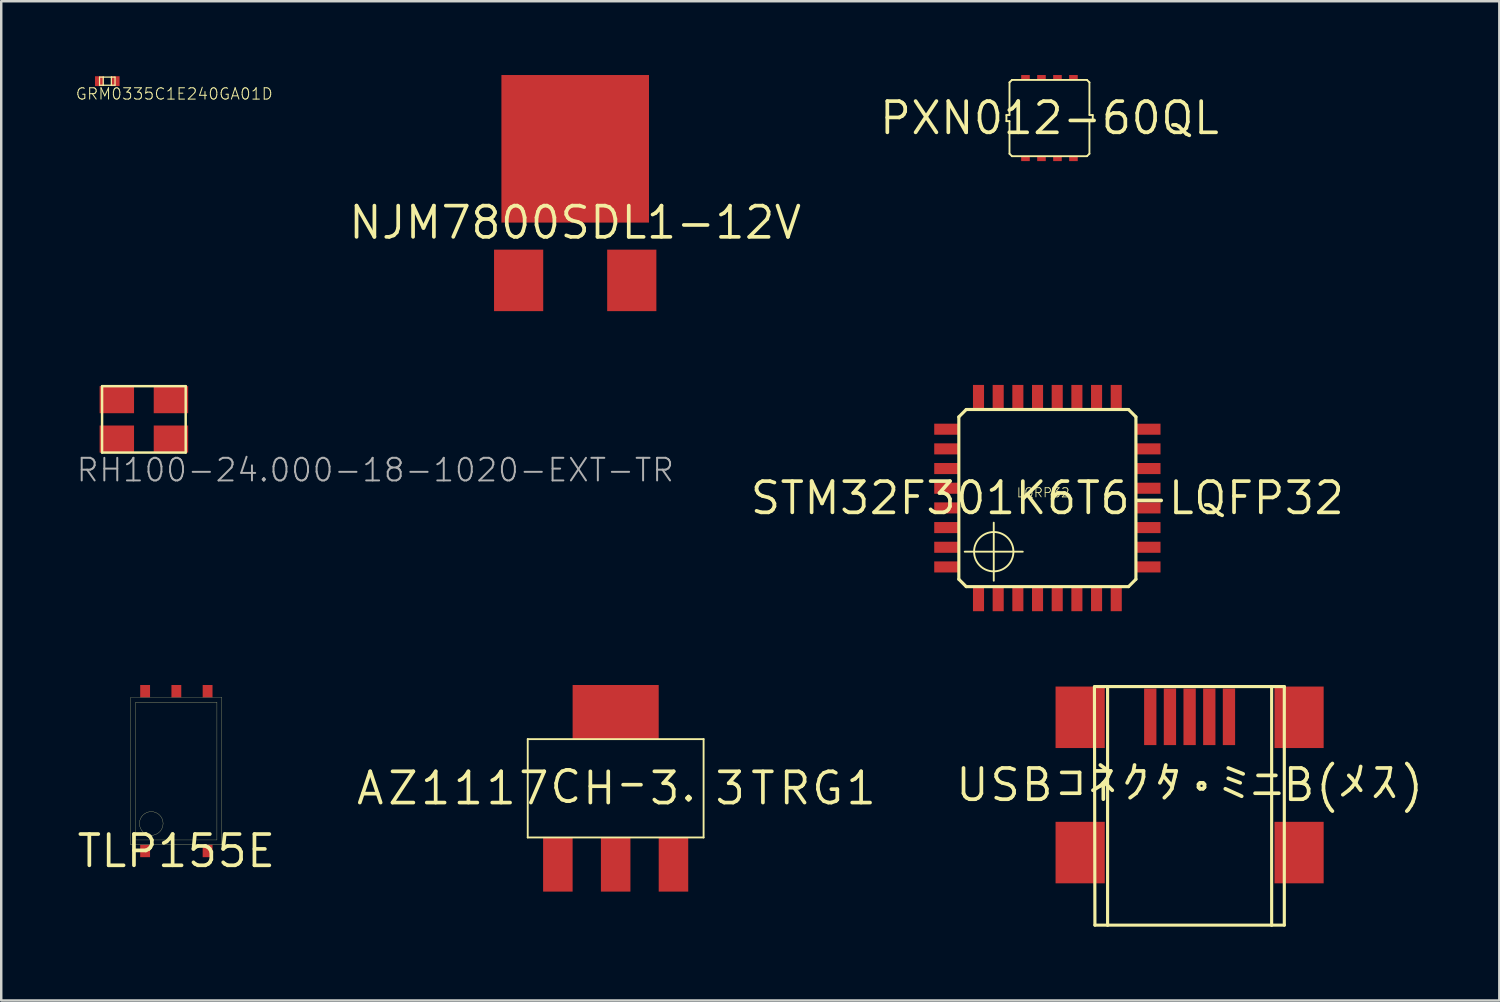
<source format=kicad_pcb>
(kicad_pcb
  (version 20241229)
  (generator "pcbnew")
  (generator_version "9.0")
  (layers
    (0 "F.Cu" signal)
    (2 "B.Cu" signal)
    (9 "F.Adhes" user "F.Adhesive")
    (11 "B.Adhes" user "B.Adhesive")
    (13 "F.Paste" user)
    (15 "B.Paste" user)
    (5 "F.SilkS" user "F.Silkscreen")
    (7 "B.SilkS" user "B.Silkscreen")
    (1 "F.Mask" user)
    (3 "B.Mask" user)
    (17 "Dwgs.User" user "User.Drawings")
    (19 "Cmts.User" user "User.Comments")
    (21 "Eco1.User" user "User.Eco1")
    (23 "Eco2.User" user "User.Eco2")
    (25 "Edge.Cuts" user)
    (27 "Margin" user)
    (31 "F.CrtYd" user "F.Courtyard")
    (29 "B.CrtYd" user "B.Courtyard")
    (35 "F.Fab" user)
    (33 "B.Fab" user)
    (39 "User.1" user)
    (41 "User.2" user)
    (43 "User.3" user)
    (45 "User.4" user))
  (footprint "GRM0335C1E240GA01D"
    (layer "F.Cu")
    (at 1.312 0.25)
    (property "Reference" "GRM0335C1E240GA01D" (at -1.312 0.787 0) (layer "F.SilkS") (effects (font (size 0.46 0.46) (thickness 0.04)) (justify left bottom)))
    (fp_line (start -0.315 -0.165) (end -0.315 0.165) (stroke (width 0.05) (type solid)) (layer "F.SilkS"))
    (fp_line (start -0.315 0.165) (end -0.165 0.165) (stroke (width 0.05) (type solid)) (layer "F.SilkS"))
    (fp_line (start -0.165 -0.165) (end -0.315 -0.165) (stroke (width 0.05) (type solid)) (layer "F.SilkS"))
    (fp_line (start -0.165 -0.165) (end -0.165 0.165) (stroke (width 0.05) (type solid)) (layer "F.SilkS"))
    (fp_line (start -0.165 0.165) (end 0.165 0.165) (stroke (width 0.05) (type solid)) (layer "F.SilkS"))
    (fp_line (start 0.165 -0.165) (end -0.165 -0.165) (stroke (width 0.05) (type solid)) (layer "F.SilkS"))
    (fp_line (start 0.165 0.165) (end 0.165 -0.165) (stroke (width 0.05) (type solid)) (layer "F.SilkS"))
    (fp_line (start 0.165 0.165) (end 0.315 0.165) (stroke (width 0.05) (type solid)) (layer "F.SilkS"))
    (fp_line (start 0.315 -0.165) (end 0.165 -0.165) (stroke (width 0.05) (type solid)) (layer "F.SilkS"))
    (fp_line (start 0.315 0.165) (end 0.315 -0.165) (stroke (width 0.05) (type solid)) (layer "F.SilkS"))
    (pad "1" smd rect (at -0.325 0) (size 0.35 0.4) (layers "F.Cu" "F.Mask" "F.Paste"))
    (pad "2" smd rect (at 0.325 0) (size 0.35 0.4) (layers "F.Cu" "F.Mask" "F.Paste")))
  (footprint "STM32F301K6T6-LQFP32"
    (layer "F.Cu")
    (at 39.533 17.2)
    (property "Reference" "STM32F301K6T6-LQFP32" (at 0 0 0) (layer "F.SilkS") (effects (font (size 1.27 1.27) (thickness 0.15))))
    (fp_line (start -3.6 -3.3) (end -3.3 -3.6) (stroke (width 0.127) (type solid)) (layer "F.SilkS"))
    (fp_line (start -3.6 3.3) (end -3.6 -3.3) (stroke (width 0.127) (type solid)) (layer "F.SilkS"))
    (fp_line (start -3.36 2.18) (end -1 2.18) (stroke (width 0.076) (type solid)) (layer "F.SilkS"))
    (fp_line (start -3.3 -3.6) (end 3.3 -3.6) (stroke (width 0.127) (type solid)) (layer "F.SilkS"))
    (fp_line (start -3.3 3.6) (end -3.6 3.3) (stroke (width 0.127) (type solid)) (layer "F.SilkS"))
    (fp_line (start -2.18 1) (end -2.18 3.36) (stroke (width 0.076) (type solid)) (layer "F.SilkS"))
    (fp_line (start 3.3 -3.6) (end 3.6 -3.3) (stroke (width 0.127) (type solid)) (layer "F.SilkS"))
    (fp_line (start 3.3 3.6) (end -3.3 3.6) (stroke (width 0.127) (type solid)) (layer "F.SilkS"))
    (fp_line (start 3.6 -3.3) (end 3.6 3.3) (stroke (width 0.127) (type solid)) (layer "F.SilkS"))
    (fp_line (start 3.6 3.3) (end 3.3 3.6) (stroke (width 0.127) (type solid)) (layer "F.SilkS"))
    (fp_circle (center -2.18 2.18) (end -1.38 2.18) (stroke (width 0.076) (type solid)) (fill no) (layer "F.SilkS"))
    (fp_text user "LQRP32" (at -1.27 0 0) (layer "F.SilkS") (effects (font (size 0.374 0.374) (thickness 0.033)) (justify left bottom)))
    (pad "BOOT0" smd rect (at -2 -4.1 90) (size 1 0.45) (layers "F.Cu" "F.Mask" "F.Paste"))
    (pad "NRST" smd rect (at -4.1 -0.4) (size 1 0.45) (layers "F.Cu" "F.Mask" "F.Paste"))
    (pad "PA0" smd rect (at -4.1 1.2) (size 1 0.45) (layers "F.Cu" "F.Mask" "F.Paste"))
    (pad "PA1" smd rect (at -4.1 2) (size 1 0.45) (layers "F.Cu" "F.Mask" "F.Paste"))
    (pad "PA2" smd rect (at -4.1 2.8) (size 1 0.45) (layers "F.Cu" "F.Mask" "F.Paste"))
    (pad "PA3" smd rect (at -2.8 4.1 90) (size 1 0.45) (layers "F.Cu" "F.Mask" "F.Paste"))
    (pad "PA4" smd rect (at -2 4.1 90) (size 1 0.45) (layers "F.Cu" "F.Mask" "F.Paste"))
    (pad "PA5" smd rect (at -1.2 4.1 90) (size 1 0.45) (layers "F.Cu" "F.Mask" "F.Paste"))
    (pad "PA6" smd rect (at -0.4 4.1 90) (size 1 0.45) (layers "F.Cu" "F.Mask" "F.Paste"))
    (pad "PA7" smd rect (at 0.4 4.1 90) (size 1 0.45) (layers "F.Cu" "F.Mask" "F.Paste"))
    (pad "PA8" smd rect (at 4.1 2) (size 1 0.45) (layers "F.Cu" "F.Mask" "F.Paste"))
    (pad "PA9" smd rect (at 4.1 1.2) (size 1 0.45) (layers "F.Cu" "F.Mask" "F.Paste"))
    (pad "PA10" smd rect (at 4.1 0.4) (size 1 0.45) (layers "F.Cu" "F.Mask" "F.Paste"))
    (pad "PA11" smd rect (at 4.1 -0.4) (size 1 0.45) (layers "F.Cu" "F.Mask" "F.Paste"))
    (pad "PA12" smd rect (at 4.1 -1.2) (size 1 0.45) (layers "F.Cu" "F.Mask" "F.Paste"))
    (pad "PA13" smd rect (at 4.1 -2) (size 1 0.45) (layers "F.Cu" "F.Mask" "F.Paste"))
    (pad "PA14" smd rect (at 4.1 -2.8) (size 1 0.45) (layers "F.Cu" "F.Mask" "F.Paste"))
    (pad "PA15" smd rect (at 2.8 -4.1 90) (size 1 0.45) (layers "F.Cu" "F.Mask" "F.Paste"))
    (pad "PB0" smd rect (at 1.2 4.1 90) (size 1 0.45) (layers "F.Cu" "F.Mask" "F.Paste"))
    (pad "PB1" smd rect (at 2 4.1 90) (size 1 0.45) (layers "F.Cu" "F.Mask" "F.Paste"))
    (pad "PB3" smd rect (at 2 -4.1 90) (size 1 0.45) (layers "F.Cu" "F.Mask" "F.Paste"))
    (pad "PB4" smd rect (at 1.2 -4.1 90) (size 1 0.45) (layers "F.Cu" "F.Mask" "F.Paste"))
    (pad "PB5" smd rect (at 0.4 -4.1 90) (size 1 0.45) (layers "F.Cu" "F.Mask" "F.Paste"))
    (pad "PB6" smd rect (at -0.4 -4.1 90) (size 1 0.45) (layers "F.Cu" "F.Mask" "F.Paste"))
    (pad "PB7" smd rect (at -1.2 -4.1 90) (size 1 0.45) (layers "F.Cu" "F.Mask" "F.Paste"))
    (pad "PF0/OSC_IN" smd rect (at -4.1 -2) (size 1 0.45) (layers "F.Cu" "F.Mask" "F.Paste"))
    (pad "PF1/OSC_OUT" smd rect (at -4.1 -1.2) (size 1 0.45) (layers "F.Cu" "F.Mask" "F.Paste"))
    (pad "VDD1" smd rect (at -4.1 -2.8) (size 1 0.45) (layers "F.Cu" "F.Mask" "F.Paste"))
    (pad "VDD2" smd rect (at 4.1 2.8) (size 1 0.45) (layers "F.Cu" "F.Mask" "F.Paste"))
    (pad "VDDA/VREF+" smd rect (at -4.1 0.4) (size 1 0.45) (layers "F.Cu" "F.Mask" "F.Paste"))
    (pad "VSS1" smd rect (at 2.8 4.1 90) (size 1 0.45) (layers "F.Cu" "F.Mask" "F.Paste"))
    (pad "VSS2" smd rect (at -2.8 -4.1 90) (size 1 0.45) (layers "F.Cu" "F.Mask" "F.Paste")))
  (footprint "PXN012-60QL"
    (layer "F.Cu")
    (at 39.618 1.75)
    (property "Reference" "PXN012-60QL" (at 0 0 0) (layer "F.SilkS") (effects (font (size 1.27 1.27) (thickness 0.15))))
    (fp_line (start -1.75 -0.125) (end -1.75 0.125) (stroke (width 0.076) (type solid)) (layer "F.SilkS"))
    (fp_line (start -1.625 -1.45) (end -1.625 -0.125) (stroke (width 0.076) (type solid)) (layer "F.SilkS"))
    (fp_line (start -1.625 -0.125) (end -1.75 -0.125) (stroke (width 0.076) (type solid)) (layer "F.SilkS"))
    (fp_line (start -1.625 0.125) (end -1.75 0.125) (stroke (width 0.076) (type solid)) (layer "F.SilkS"))
    (fp_line (start -1.625 0.125) (end -1.625 1.45) (stroke (width 0.076) (type solid)) (layer "F.SilkS"))
    (fp_line (start -1.625 1.45) (end -1.525 1.55) (stroke (width 0.076) (type solid)) (layer "F.SilkS"))
    (fp_line (start -1.525 -1.55) (end -1.625 -1.45) (stroke (width 0.076) (type solid)) (layer "F.SilkS"))
    (fp_line (start -1.525 1.55) (end 1.525 1.55) (stroke (width 0.076) (type solid)) (layer "F.SilkS"))
    (fp_line (start 1.525 -1.55) (end -1.525 -1.55) (stroke (width 0.076) (type solid)) (layer "F.SilkS"))
    (fp_line (start 1.525 -1.55) (end 1.625 -1.45) (stroke (width 0.076) (type solid)) (layer "F.SilkS"))
    (fp_line (start 1.625 -1.45) (end 1.625 -0.125) (stroke (width 0.076) (type solid)) (layer "F.SilkS"))
    (fp_line (start 1.625 0.125) (end 1.625 1.45) (stroke (width 0.076) (type solid)) (layer "F.SilkS"))
    (fp_line (start 1.625 1.45) (end 1.525 1.55) (stroke (width 0.076) (type solid)) (layer "F.SilkS"))
    (fp_line (start 1.755 -0.125) (end 1.63 -0.125) (stroke (width 0.076) (type solid)) (layer "F.SilkS"))
    (fp_line (start 1.755 0.125) (end 1.63 0.125) (stroke (width 0.076) (type solid)) (layer "F.SilkS"))
    (fp_line (start 1.76 -0.125) (end 1.76 0.125) (stroke (width 0.076) (type solid)) (layer "F.SilkS"))
    (pad "DRAIN1" smd rect (at -0.975 1.65) (size 0.35 0.2) (layers "F.Cu" "F.Mask" "F.Paste"))
    (pad "DRAIN2" smd rect (at -0.325 1.65) (size 0.35 0.2) (layers "F.Cu" "F.Mask" "F.Paste"))
    (pad "DRAIN3" smd rect (at 0.325 1.65) (size 0.35 0.2) (layers "F.Cu" "F.Mask" "F.Paste"))
    (pad "DRAIN4" smd rect (at 0.975 1.65) (size 0.35 0.2) (layers "F.Cu" "F.Mask" "F.Paste"))
    (pad "GATE" smd rect (at 0.975 -1.65) (size 0.35 0.2) (layers "F.Cu" "F.Mask" "F.Paste"))
    (pad "SOURCE1" smd rect (at -0.975 -1.65) (size 0.35 0.2) (layers "F.Cu" "F.Mask" "F.Paste"))
    (pad "SOURCE2" smd rect (at -0.325 -1.65) (size 0.35 0.2) (layers "F.Cu" "F.Mask" "F.Paste"))
    (pad "SOURCE3" smd rect (at 0.325 -1.65) (size 0.35 0.2) (layers "F.Cu" "F.Mask" "F.Paste")))
  (footprint "RH100-24.000-18-1020-EXT-TR"
    (layer "F.Cu")
    (at 2.8 14)
    (property "Reference" "RH100-24.000-18-1020-EXT-TR" (at -2.8 2.6 0) (layer "F.Fab") (effects (font (size 0.92 0.92) (thickness 0.08)) (justify left bottom)))
    (fp_line (start -1.7 -1.35) (end -1.7 1.35) (stroke (width 0.1) (type solid)) (layer "F.SilkS"))
    (fp_line (start -1.7 1.35) (end 1.7 1.35) (stroke (width 0.1) (type solid)) (layer "F.SilkS"))
    (fp_line (start 1.7 -1.35) (end -1.7 -1.35) (stroke (width 0.1) (type solid)) (layer "F.SilkS"))
    (fp_line (start 1.7 1.35) (end 1.7 -1.35) (stroke (width 0.1) (type solid)) (layer "F.SilkS"))
    (pad "1" smd rect (at -1.1 0.8) (size 1.4 1.1) (layers "F.Cu" "F.Mask" "F.Paste"))
    (pad "2" smd rect (at 1.1 0.8) (size 1.4 1.1) (layers "F.Cu" "F.Mask" "F.Paste"))
    (pad "3" smd rect (at 1.1 -0.8) (size 1.4 1.1) (layers "F.Cu" "F.Mask" "F.Paste"))
    (pad "4" smd rect (at -1.1 -0.8) (size 1.4 1.1) (layers "F.Cu" "F.Mask" "F.Paste")))
  (footprint "TLP155E"
    (layer "F.Cu")
    (at 4.12 31.55)
    (property "Reference" "TLP155E" (at 0 0 0) (layer "F.SilkS") (effects (font (size 1.27 1.27) (thickness 0.15))))
    (fp_line (start -1.85 -6.25) (end -1.85 -0.25) (stroke (width 0.01) (type solid)) (layer "F.SilkS"))
    (fp_line (start -1.85 -6.25) (end 1.85 -6.25) (stroke (width 0.01) (type solid)) (layer "F.SilkS"))
    (fp_line (start -1.85 -0.25) (end 1.85 -0.25) (stroke (width 0.01) (type solid)) (layer "F.SilkS"))
    (fp_line (start -1.65 -6.05) (end -1.65 -0.45) (stroke (width 0.01) (type solid)) (layer "F.SilkS"))
    (fp_line (start -1.65 -6.05) (end 1.65 -6.05) (stroke (width 0.01) (type solid)) (layer "F.SilkS"))
    (fp_line (start -1.65 -0.45) (end 1.65 -0.45) (stroke (width 0.01) (type solid)) (layer "F.SilkS"))
    (fp_line (start 1.65 -6.05) (end 1.65 -0.45) (stroke (width 0.01) (type solid)) (layer "F.SilkS"))
    (fp_line (start 1.85 -6.25) (end 1.85 -0.25) (stroke (width 0.01) (type solid)) (layer "F.SilkS"))
    (fp_circle (center -1.02 -1.12) (end -0.539 -1.12) (stroke (width 0.01) (type solid)) (fill no) (layer "F.SilkS"))
    (pad "ANODE" smd rect (at -1.27 0 90) (size 0.5 0.4) (layers "F.Cu" "F.Mask" "F.Paste"))
    (pad "CATHODE" smd rect (at 1.27 0 90) (size 0.5 0.4) (layers "F.Cu" "F.Mask" "F.Paste"))
    (pad "GND" smd rect (at 1.27 -6.5 90) (size 0.5 0.4) (layers "F.Cu" "F.Mask" "F.Paste"))
    (pad "VCC" smd rect (at -1.27 -6.5 90) (size 0.5 0.4) (layers "F.Cu" "F.Mask" "F.Paste"))
    (pad "VOUT" smd rect (at 0 -6.5 90) (size 0.5 0.4) (layers "F.Cu" "F.Mask" "F.Paste")))
  (footprint "ＡＺ１１１７ＣＨ－３．３ＴＲＧ１"
    (layer "F.Cu")
    (at 21.981 29)
    (property "Reference" "ＡＺ１１１７ＣＨ－３．３ＴＲＧ１" (at 0 0 0) (layer "F.SilkS") (effects (font (size 1.27 1.27) (thickness 0.15))))
    (fp_line (start -3.575 -2) (end 3.575 -2) (stroke (width 0.076) (type solid)) (layer "F.SilkS"))
    (fp_line (start -3.575 2) (end -3.575 -2) (stroke (width 0.076) (type solid)) (layer "F.SilkS"))
    (fp_line (start 3.575 -2) (end 3.575 2) (stroke (width 0.076) (type solid)) (layer "F.SilkS"))
    (fp_line (start 3.575 2) (end -3.575 2) (stroke (width 0.076) (type solid)) (layer "F.SilkS"))
    (pad "ADJ/GND" smd rect (at -2.35 3.1 90) (size 2.2 1.2) (layers "F.Cu" "F.Mask" "F.Paste"))
    (pad "INPUT" smd rect (at 2.35 3.1 90) (size 2.2 1.2) (layers "F.Cu" "F.Mask" "F.Paste"))
    (pad "OUTPUT" smd rect (at 0 3.1 90) (size 2.2 1.2) (layers "F.Cu" "F.Mask" "F.Paste"))
    (pad "VOUT" smd rect (at 0 -3.1) (size 3.5 2.2) (layers "F.Cu" "F.Mask" "F.Paste")))
  (footprint "ＵＳＢコネクタ・ミニＢ(メス)"
    (layer "F.Cu")
    (at 45.316 28.863)
    (property "Reference" "ＵＳＢコネクタ・ミニＢ(メス)" (at 0 0 0) (layer "F.SilkS") (effects (font (size 1.27 1.27) (thickness 0.15))))
    (fp_line (start -3.87 -4) (end -3.85 5.7) (stroke (width 0.127) (type solid)) (layer "F.SilkS"))
    (fp_line (start -3.85 5.7) (end -3.335 5.7) (stroke (width 0.127) (type solid)) (layer "F.SilkS"))
    (fp_line (start -3.335 -4) (end -3.85 -4) (stroke (width 0.127) (type solid)) (layer "F.SilkS"))
    (fp_line (start -3.335 5.7) (end -3.335 -4) (stroke (width 0.127) (type solid)) (layer "F.SilkS"))
    (fp_line (start -3.335 5.7) (end 3.335 5.7) (stroke (width 0.127) (type solid)) (layer "F.SilkS"))
    (fp_line (start 3.335 -4) (end -3.335 -4) (stroke (width 0.127) (type solid)) (layer "F.SilkS"))
    (fp_line (start 3.335 -4) (end 3.335 5.7) (stroke (width 0.127) (type solid)) (layer "F.SilkS"))
    (fp_line (start 3.335 5.7) (end 3.85 5.7) (stroke (width 0.127) (type solid)) (layer "F.SilkS"))
    (fp_line (start 3.85 -4) (end 3.335 -4) (stroke (width 0.127) (type solid)) (layer "F.SilkS"))
    (fp_line (start 3.85 -4) (end 3.85 5.7) (stroke (width 0.127) (type solid)) (layer "F.SilkS"))
    (pad "D+" smd rect (at 0 -2.77 90) (size 2.3 0.5) (layers "F.Cu" "F.Mask" "F.Paste"))
    (pad "D-" smd rect (at -0.8 -2.77 90) (size 2.3 0.5) (layers "F.Cu" "F.Mask" "F.Paste"))
    (pad "GND" smd rect (at 1.6 -2.77 90) (size 2.3 0.5) (layers "F.Cu" "F.Mask" "F.Paste"))
    (pad "ID" smd rect (at 0.8 -2.77 90) (size 2.3 0.5) (layers "F.Cu" "F.Mask" "F.Paste"))
    (pad "P$6" smd rect (at -4.45 -2.75) (size 2 2.5) (layers "F.Cu" "F.Mask" "F.Paste"))
    (pad "P$7" smd rect (at -4.45 2.75) (size 2 2.5) (layers "F.Cu" "F.Mask" "F.Paste"))
    (pad "P$8" smd rect (at 4.45 -2.75) (size 2 2.5) (layers "F.Cu" "F.Mask" "F.Paste"))
    (pad "P$9" smd rect (at 4.45 2.75) (size 2 2.5) (layers "F.Cu" "F.Mask" "F.Paste"))
    (pad "VBUS" smd rect (at -1.6 -2.77 90) (size 2.3 0.5) (layers "F.Cu" "F.Mask" "F.Paste")))
  (footprint "NJM7800SDL1-12V"
    (layer "F.Cu")
    (at 20.336 6)
    (property "Reference" "NJM7800SDL1-12V" (at 0 0 0) (layer "F.SilkS") (effects (font (size 1.27 1.27) (thickness 0.15))))
    (pad "GND" smd rect (at 0 -3) (size 6 6) (layers "F.Cu" "F.Mask" "F.Paste"))
    (pad "VIN" smd rect (at -2.3 2.35) (size 2 2.5) (layers "F.Cu" "F.Mask" "F.Paste"))
    (pad "VOUT" smd rect (at 2.3 2.35) (size 2 2.5) (layers "F.Cu" "F.Mask" "F.Paste")))
  (gr_rect
    (start -3 -3)
    (end 57.908 37.627)
    (stroke (width 0.1) (type default))
    (fill no)
    (layer "Edge.Cuts")))
</source>
